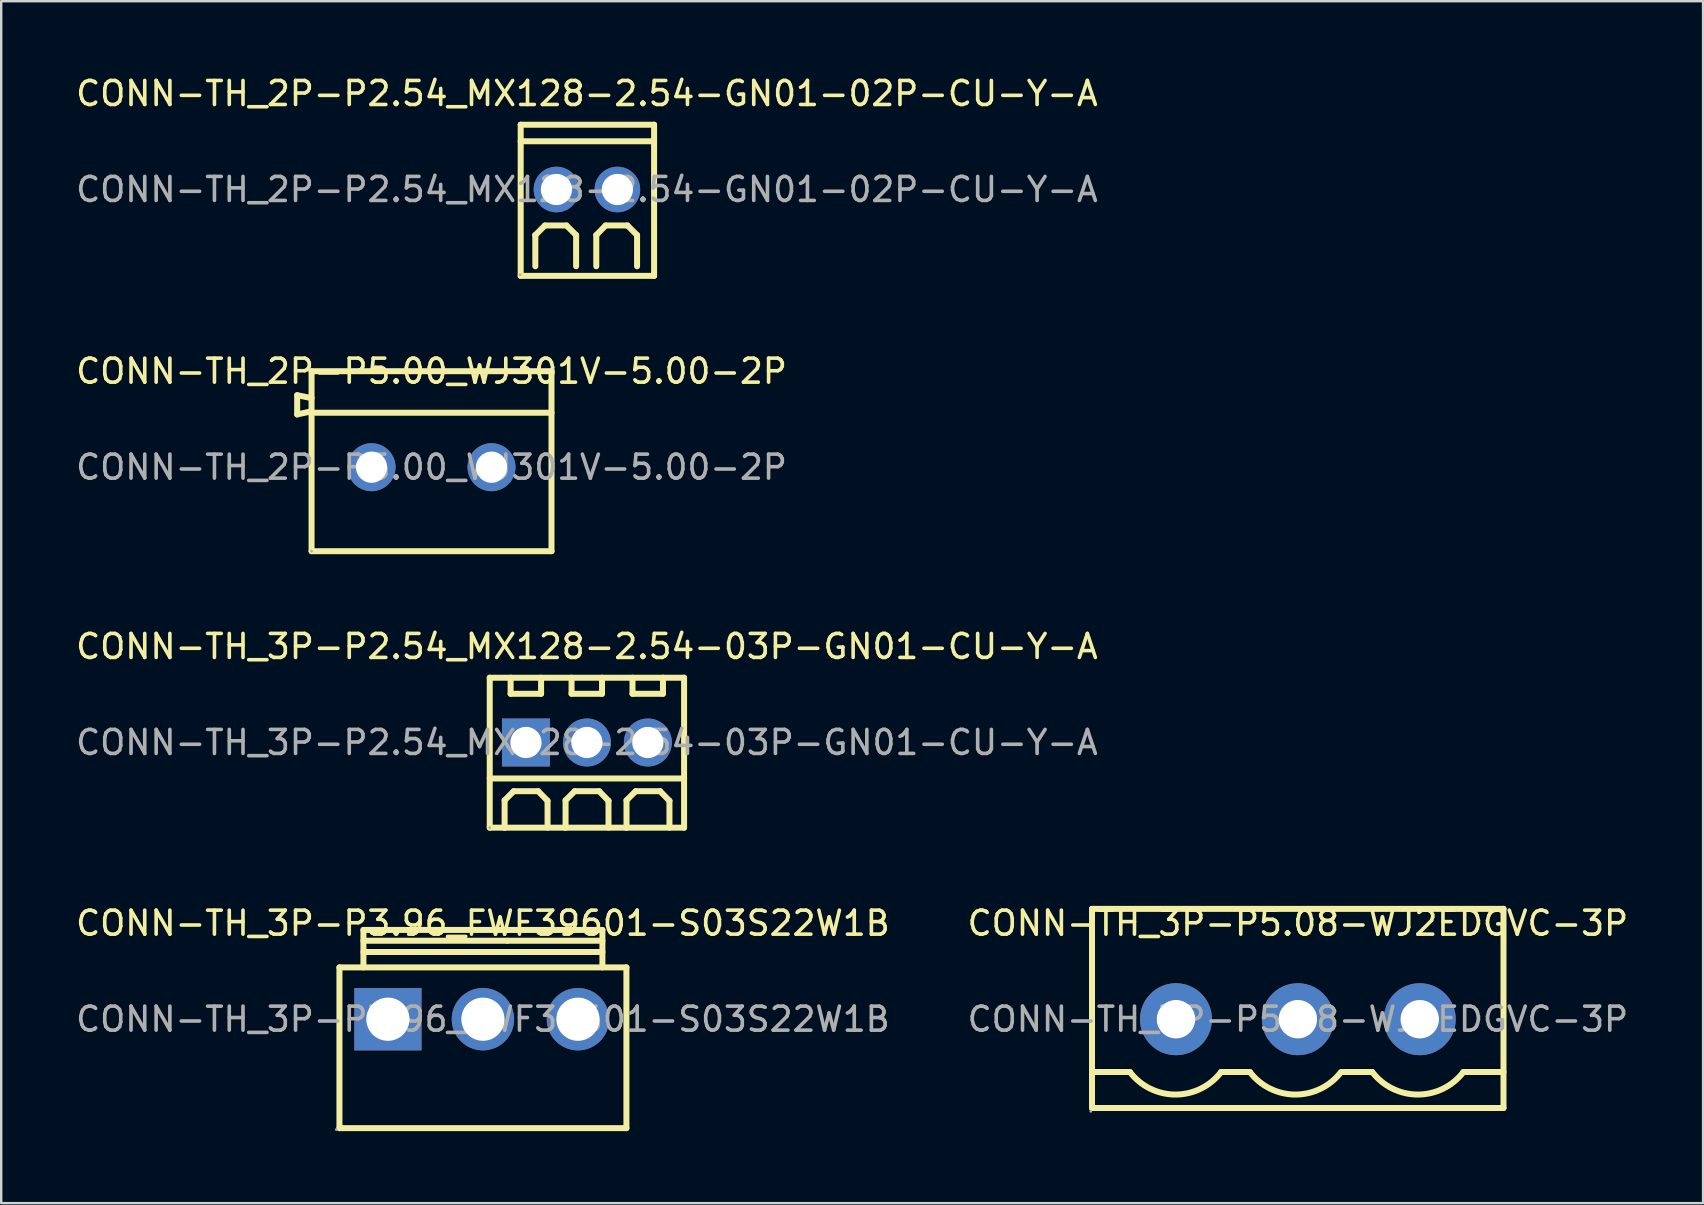
<source format=kicad_pcb>
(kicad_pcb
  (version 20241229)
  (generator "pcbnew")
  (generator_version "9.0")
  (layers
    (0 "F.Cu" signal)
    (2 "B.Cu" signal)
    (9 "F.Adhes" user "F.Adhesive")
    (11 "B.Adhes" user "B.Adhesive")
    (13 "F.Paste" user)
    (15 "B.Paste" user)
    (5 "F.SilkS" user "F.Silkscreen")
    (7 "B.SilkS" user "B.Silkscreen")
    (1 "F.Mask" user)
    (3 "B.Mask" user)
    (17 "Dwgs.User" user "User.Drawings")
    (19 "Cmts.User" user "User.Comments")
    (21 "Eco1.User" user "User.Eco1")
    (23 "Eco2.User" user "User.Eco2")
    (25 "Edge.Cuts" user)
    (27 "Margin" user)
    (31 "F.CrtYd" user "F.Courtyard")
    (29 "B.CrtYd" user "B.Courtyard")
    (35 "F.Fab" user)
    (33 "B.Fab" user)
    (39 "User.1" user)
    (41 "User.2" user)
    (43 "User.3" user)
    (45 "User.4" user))
  (footprint "CONN-TH_2P-P5.00_WJ301V-5.00-2P"
    (layer "F.Cu")
    (at 14.935 16.422)
    (property "Reference" "CONN-TH_2P-P5.00_WJ301V-5.00-2P" (at 0 -4 0) (layer "F.SilkS") (effects (font (size 1 1) (thickness 0.15))))
    (attr through_hole)
    (fp_line (start -5.6 -3) (end -5 -2.88) (stroke (width 0.25) (type solid)) (layer "F.SilkS"))
    (fp_line (start -5.6 -2.2) (end -5.6 -3) (stroke (width 0.25) (type solid)) (layer "F.SilkS"))
    (fp_line (start -5 -4) (end -5 3.5) (stroke (width 0.25) (type solid)) (layer "F.SilkS"))
    (fp_line (start -5 -2.33) (end -5.6 -2.2) (stroke (width 0.25) (type solid)) (layer "F.SilkS"))
    (fp_line (start -5 -2.27) (end 5 -2.27) (stroke (width 0.25) (type solid)) (layer "F.SilkS"))
    (fp_line (start 5 -4) (end -5 -4) (stroke (width 0.25) (type solid)) (layer "F.SilkS"))
    (fp_line (start 5 3.5) (end -5 3.5) (stroke (width 0.25) (type solid)) (layer "F.SilkS"))
    (fp_line (start 5 3.5) (end 5 -4) (stroke (width 0.25) (type solid)) (layer "F.SilkS"))
    (fp_circle (center -5 3.5) (end -4.97 3.5) (stroke (width 0.06) (type solid)) (fill no) (layer "F.Fab"))
    (fp_text user "${REFERENCE}" (at 0 0 0) (layer "F.Fab") (effects (font (size 1 1) (thickness 0.15))))
    (pad "1" thru_hole circle (at -2.5 0) (size 2 2) (drill 1.3) (layers "*.Cu" "*.Mask"))
    (pad "2" thru_hole circle (at 2.5 0) (size 2 2) (drill 1.3) (layers "*.Cu" "*.Mask")))
  (footprint "CONN-TH_3P-P3.96_FWF39601-S03S22W1B"
    (layer "F.Cu")
    (at 17.077 39.428)
    (property "Reference" "CONN-TH_3P-P3.96_FWF39601-S03S22W1B" (at 0 -4 0) (layer "F.SilkS") (effects (font (size 1 1) (thickness 0.15))))
    (attr through_hole)
    (fp_line (start -5.98 4.54) (end -5.98 -2.16) (stroke (width 0.25) (type solid)) (layer "F.SilkS"))
    (fp_line (start -4.98 -3.72) (end 1.02 -3.72) (stroke (width 0.25) (type solid)) (layer "F.SilkS"))
    (fp_line (start -4.98 -3.27) (end 1.02 -3.27) (stroke (width 0.25) (type solid)) (layer "F.SilkS"))
    (fp_line (start -4.98 -2.8) (end 1.02 -2.8) (stroke (width 0.25) (type solid)) (layer "F.SilkS"))
    (fp_line (start -4.98 -2.16) (end -4.98 -3.72) (stroke (width 0.25) (type solid)) (layer "F.SilkS"))
    (fp_line (start 1.02 -3.72) (end 4.98 -3.72) (stroke (width 0.25) (type solid)) (layer "F.SilkS"))
    (fp_line (start 1.02 -3.27) (end 4.98 -3.27) (stroke (width 0.25) (type solid)) (layer "F.SilkS"))
    (fp_line (start 1.02 -2.8) (end 4.98 -2.8) (stroke (width 0.25) (type solid)) (layer "F.SilkS"))
    (fp_line (start 4.98 -2.16) (end 4.98 -3.72) (stroke (width 0.25) (type solid)) (layer "F.SilkS"))
    (fp_line (start 5.98 -2.16) (end -5.98 -2.16) (stroke (width 0.25) (type solid)) (layer "F.SilkS"))
    (fp_line (start 5.98 4.54) (end -5.98 4.54) (stroke (width 0.25) (type solid)) (layer "F.SilkS"))
    (fp_line (start 5.98 4.54) (end 5.98 -2.16) (stroke (width 0.25) (type solid)) (layer "F.SilkS"))
    (fp_circle (center -6.11 4.6) (end -6.08 4.6) (stroke (width 0.06) (type solid)) (fill no) (layer "F.Fab"))
    (fp_text user "${REFERENCE}" (at 0 0 0) (layer "F.Fab") (effects (font (size 1 1) (thickness 0.15))))
    (pad "1" thru_hole rect (at -3.96 0 180) (size 2.8 2.6) (drill 1.8) (layers "*.Cu" "*.Mask"))
    (pad "2" thru_hole circle (at 0 0 180) (size 2.6 2.6) (drill 1.8) (layers "*.Cu" "*.Mask"))
    (pad "3" thru_hole circle (at 3.96 0 180) (size 2.6 2.6) (drill 1.8) (layers "*.Cu" "*.Mask")))
  (footprint "CONN-TH_2P-P2.54_MX128-2.54-GN01-02P-CU-Y-A"
    (layer "F.Cu")
    (at 21.411 4.848)
    (property "Reference" "CONN-TH_2P-P2.54_MX128-2.54-GN01-02P-CU-Y-A" (at 0 -4 0) (layer "F.SilkS") (effects (font (size 1 1) (thickness 0.15))))
    (attr through_hole)
    (fp_line (start -2.76 -2.7) (end 2.8 -2.7) (stroke (width 0.25) (type solid)) (layer "F.SilkS"))
    (fp_line (start -2.76 -2.01) (end 2.8 -2.01) (stroke (width 0.25) (type solid)) (layer "F.SilkS"))
    (fp_line (start -2.76 3.6) (end -2.76 -2.7) (stroke (width 0.25) (type solid)) (layer "F.SilkS"))
    (fp_line (start -2.15 1.9) (end -2.15 1.9) (stroke (width 0.25) (type solid)) (layer "F.SilkS"))
    (fp_line (start -2.15 1.9) (end -1.75 1.5) (stroke (width 0.25) (type solid)) (layer "F.SilkS"))
    (fp_line (start -2.15 3.2) (end -2.15 1.9) (stroke (width 0.25) (type solid)) (layer "F.SilkS"))
    (fp_line (start -0.85 1.5) (end -1.75 1.5) (stroke (width 0.25) (type solid)) (layer "F.SilkS"))
    (fp_line (start -0.45 1.9) (end -0.85 1.5) (stroke (width 0.25) (type solid)) (layer "F.SilkS"))
    (fp_line (start -0.45 1.9) (end -0.45 3.2) (stroke (width 0.25) (type solid)) (layer "F.SilkS"))
    (fp_line (start 0.39 1.9) (end 0.78 1.5) (stroke (width 0.25) (type solid)) (layer "F.SilkS"))
    (fp_line (start 0.39 3.2) (end 0.39 1.9) (stroke (width 0.25) (type solid)) (layer "F.SilkS"))
    (fp_line (start 1.69 1.5) (end 0.78 1.5) (stroke (width 0.25) (type solid)) (layer "F.SilkS"))
    (fp_line (start 2.09 1.9) (end 1.69 1.5) (stroke (width 0.25) (type solid)) (layer "F.SilkS"))
    (fp_line (start 2.09 1.9) (end 2.09 3.2) (stroke (width 0.25) (type solid)) (layer "F.SilkS"))
    (fp_line (start 2.8 -2.7) (end 2.8 3.6) (stroke (width 0.25) (type solid)) (layer "F.SilkS"))
    (fp_line (start 2.8 3.6) (end -2.76 3.6) (stroke (width 0.25) (type solid)) (layer "F.SilkS"))
    (fp_circle (center -2.78 3.55) (end -2.75 3.55) (stroke (width 0.06) (type solid)) (fill no) (layer "F.Fab"))
    (fp_text user "${REFERENCE}" (at 0 0 0) (layer "F.Fab") (effects (font (size 1 1) (thickness 0.15))))
    (pad "1" thru_hole circle (at -1.27 0) (size 1.9 1.9) (drill 1.3) (layers "*.Cu" "*.Mask"))
    (pad "2" thru_hole circle (at 1.27 0) (size 1.9 1.9) (drill 1.3) (layers "*.Cu" "*.Mask")))
  (footprint "CONN-TH_3P-P2.54_MX128-2.54-03P-GN01-CU-Y-A"
    (layer "F.Cu")
    (at 21.411 27.895)
    (property "Reference" "CONN-TH_3P-P2.54_MX128-2.54-03P-GN01-CU-Y-A" (at 0 -4 0) (layer "F.SilkS") (effects (font (size 1 1) (thickness 0.15))))
    (attr through_hole)
    (fp_line (start -4.05 -2.7) (end -4.05 3.55) (stroke (width 0.25) (type solid)) (layer "F.SilkS"))
    (fp_line (start -4.05 1.5) (end 4.05 1.5) (stroke (width 0.25) (type solid)) (layer "F.SilkS"))
    (fp_line (start -3.43 2.41) (end -3.05 2.03) (stroke (width 0.25) (type solid)) (layer "F.SilkS"))
    (fp_line (start -3.43 3.56) (end -3.43 2.41) (stroke (width 0.25) (type solid)) (layer "F.SilkS"))
    (fp_line (start -3.18 -2.7) (end -3.18 -2.03) (stroke (width 0.25) (type solid)) (layer "F.SilkS"))
    (fp_line (start -3.18 -2.03) (end -1.91 -2.03) (stroke (width 0.25) (type solid)) (layer "F.SilkS"))
    (fp_line (start -3.05 2.03) (end -2.03 2.03) (stroke (width 0.25) (type solid)) (layer "F.SilkS"))
    (fp_line (start -2.03 2.03) (end -1.64 2.43) (stroke (width 0.25) (type solid)) (layer "F.SilkS"))
    (fp_line (start -1.91 -2.03) (end -1.91 -2.7) (stroke (width 0.25) (type solid)) (layer "F.SilkS"))
    (fp_line (start -1.64 2.43) (end -1.64 3.55) (stroke (width 0.25) (type solid)) (layer "F.SilkS"))
    (fp_line (start -0.89 2.41) (end -0.51 2.03) (stroke (width 0.25) (type solid)) (layer "F.SilkS"))
    (fp_line (start -0.89 3.56) (end -0.89 2.41) (stroke (width 0.25) (type solid)) (layer "F.SilkS"))
    (fp_line (start -0.64 -2.7) (end -0.64 -2.03) (stroke (width 0.25) (type solid)) (layer "F.SilkS"))
    (fp_line (start -0.64 -2.03) (end 0.63 -2.03) (stroke (width 0.25) (type solid)) (layer "F.SilkS"))
    (fp_line (start -0.51 2.03) (end 0.51 2.03) (stroke (width 0.25) (type solid)) (layer "F.SilkS"))
    (fp_line (start 0.51 2.03) (end 0.9 2.43) (stroke (width 0.25) (type solid)) (layer "F.SilkS"))
    (fp_line (start 0.63 -2.03) (end 0.63 -2.7) (stroke (width 0.25) (type solid)) (layer "F.SilkS"))
    (fp_line (start 0.9 2.43) (end 0.9 3.55) (stroke (width 0.25) (type solid)) (layer "F.SilkS"))
    (fp_line (start 1.65 2.41) (end 2.03 2.03) (stroke (width 0.25) (type solid)) (layer "F.SilkS"))
    (fp_line (start 1.65 3.56) (end 1.65 2.41) (stroke (width 0.25) (type solid)) (layer "F.SilkS"))
    (fp_line (start 1.9 -2.7) (end 1.9 -2.03) (stroke (width 0.25) (type solid)) (layer "F.SilkS"))
    (fp_line (start 1.9 -2.03) (end 3.17 -2.03) (stroke (width 0.25) (type solid)) (layer "F.SilkS"))
    (fp_line (start 2.03 2.03) (end 3.05 2.03) (stroke (width 0.25) (type solid)) (layer "F.SilkS"))
    (fp_line (start 3.05 2.03) (end 3.44 2.43) (stroke (width 0.25) (type solid)) (layer "F.SilkS"))
    (fp_line (start 3.17 -2.03) (end 3.17 -2.7) (stroke (width 0.25) (type solid)) (layer "F.SilkS"))
    (fp_line (start 3.44 2.43) (end 3.44 3.55) (stroke (width 0.25) (type solid)) (layer "F.SilkS"))
    (fp_line (start 4.05 -2.7) (end -4.05 -2.7) (stroke (width 0.25) (type solid)) (layer "F.SilkS"))
    (fp_line (start 4.05 -2.7) (end 4.05 3.55) (stroke (width 0.25) (type solid)) (layer "F.SilkS"))
    (fp_line (start 4.05 3.55) (end -4.05 3.55) (stroke (width 0.25) (type solid)) (layer "F.SilkS"))
    (fp_circle (center -4.05 3.55) (end -4.02 3.55) (stroke (width 0.06) (type solid)) (fill no) (layer "F.Fab"))
    (fp_text user "${REFERENCE}" (at 0 0 0) (layer "F.Fab") (effects (font (size 1 1) (thickness 0.15))))
    (pad "1" thru_hole rect (at -2.54 0) (size 2 2) (drill 1.3) (layers "*.Cu" "*.Mask"))
    (pad "2" thru_hole circle (at 0 0) (size 2 2) (drill 1.3) (layers "*.Cu" "*.Mask"))
    (pad "3" thru_hole circle (at 2.54 0) (size 2 2) (drill 1.3) (layers "*.Cu" "*.Mask")))
  (footprint "CONN-TH_3P-P5.08-WJ2EDGVC-3P"
    (layer "F.Cu")
    (at 51.042 39.428)
    (property "Reference" "CONN-TH_3P-P5.08-WJ2EDGVC-3P" (at 0 -4 0) (layer "F.SilkS") (effects (font (size 1 1) (thickness 0.15))))
    (attr through_hole)
    (fp_line (start -8.58 -4.6) (end -8.58 3.7) (stroke (width 0.25) (type solid)) (layer "F.SilkS"))
    (fp_line (start -8.58 3.7) (end 8.57 3.7) (stroke (width 0.25) (type solid)) (layer "F.SilkS"))
    (fp_line (start -7.6 2.2) (end -8.58 2.2) (stroke (width 0.25) (type solid)) (layer "F.SilkS"))
    (fp_line (start -7 2.2) (end -7.6 2.2) (stroke (width 0.25) (type solid)) (layer "F.SilkS"))
    (fp_line (start -3.2 2.2) (end -2 2.2) (stroke (width 0.25) (type solid)) (layer "F.SilkS"))
    (fp_line (start 1.9 2.2) (end 3.1 2.2) (stroke (width 0.25) (type solid)) (layer "F.SilkS"))
    (fp_line (start 6.9 2.2) (end 7.6 2.2) (stroke (width 0.25) (type solid)) (layer "F.SilkS"))
    (fp_line (start 7.6 2.2) (end 8.57 2.2) (stroke (width 0.25) (type solid)) (layer "F.SilkS"))
    (fp_line (start 8.57 -4.6) (end -8.58 -4.6) (stroke (width 0.25) (type solid)) (layer "F.SilkS"))
    (fp_line (start 8.57 3.7) (end 8.57 -4.6) (stroke (width 0.25) (type solid)) (layer "F.SilkS"))
    (fp_arc (start -3.2 2.2) (mid -5.100181 3.140084) (end -7.00022 2.199712) (stroke (width 0.25) (type solid)) (layer "F.SilkS"))
    (fp_arc (start 1.8 2.2) (mid -0.100181 3.140084) (end -2.00022 2.199712) (stroke (width 0.25) (type solid)) (layer "F.SilkS"))
    (fp_arc (start 6.9 2.2) (mid 4.999819 3.140084) (end 3.09978 2.199712) (stroke (width 0.25) (type solid)) (layer "F.SilkS"))
    (fp_circle (center -8.63 3.84) (end -8.6 3.84) (stroke (width 0.06) (type solid)) (fill no) (layer "F.Fab"))
    (fp_text user "${REFERENCE}" (at 0 0 0) (layer "F.Fab") (effects (font (size 1 1) (thickness 0.15))))
    (pad "1" thru_hole circle (at -5.08 0) (size 3 3) (drill 1.6) (layers "*.Cu" "*.Mask"))
    (pad "2" thru_hole circle (at 0 0) (size 3 3) (drill 1.6) (layers "*.Cu" "*.Mask"))
    (pad "3" thru_hole circle (at 5.08 0) (size 3 3) (drill 1.6) (layers "*.Cu" "*.Mask")))
  (gr_rect
    (start -3 -3)
    (end 67.929 47.093)
    (stroke (width 0.1) (type default))
    (fill no)
    (layer "Edge.Cuts")))
</source>
